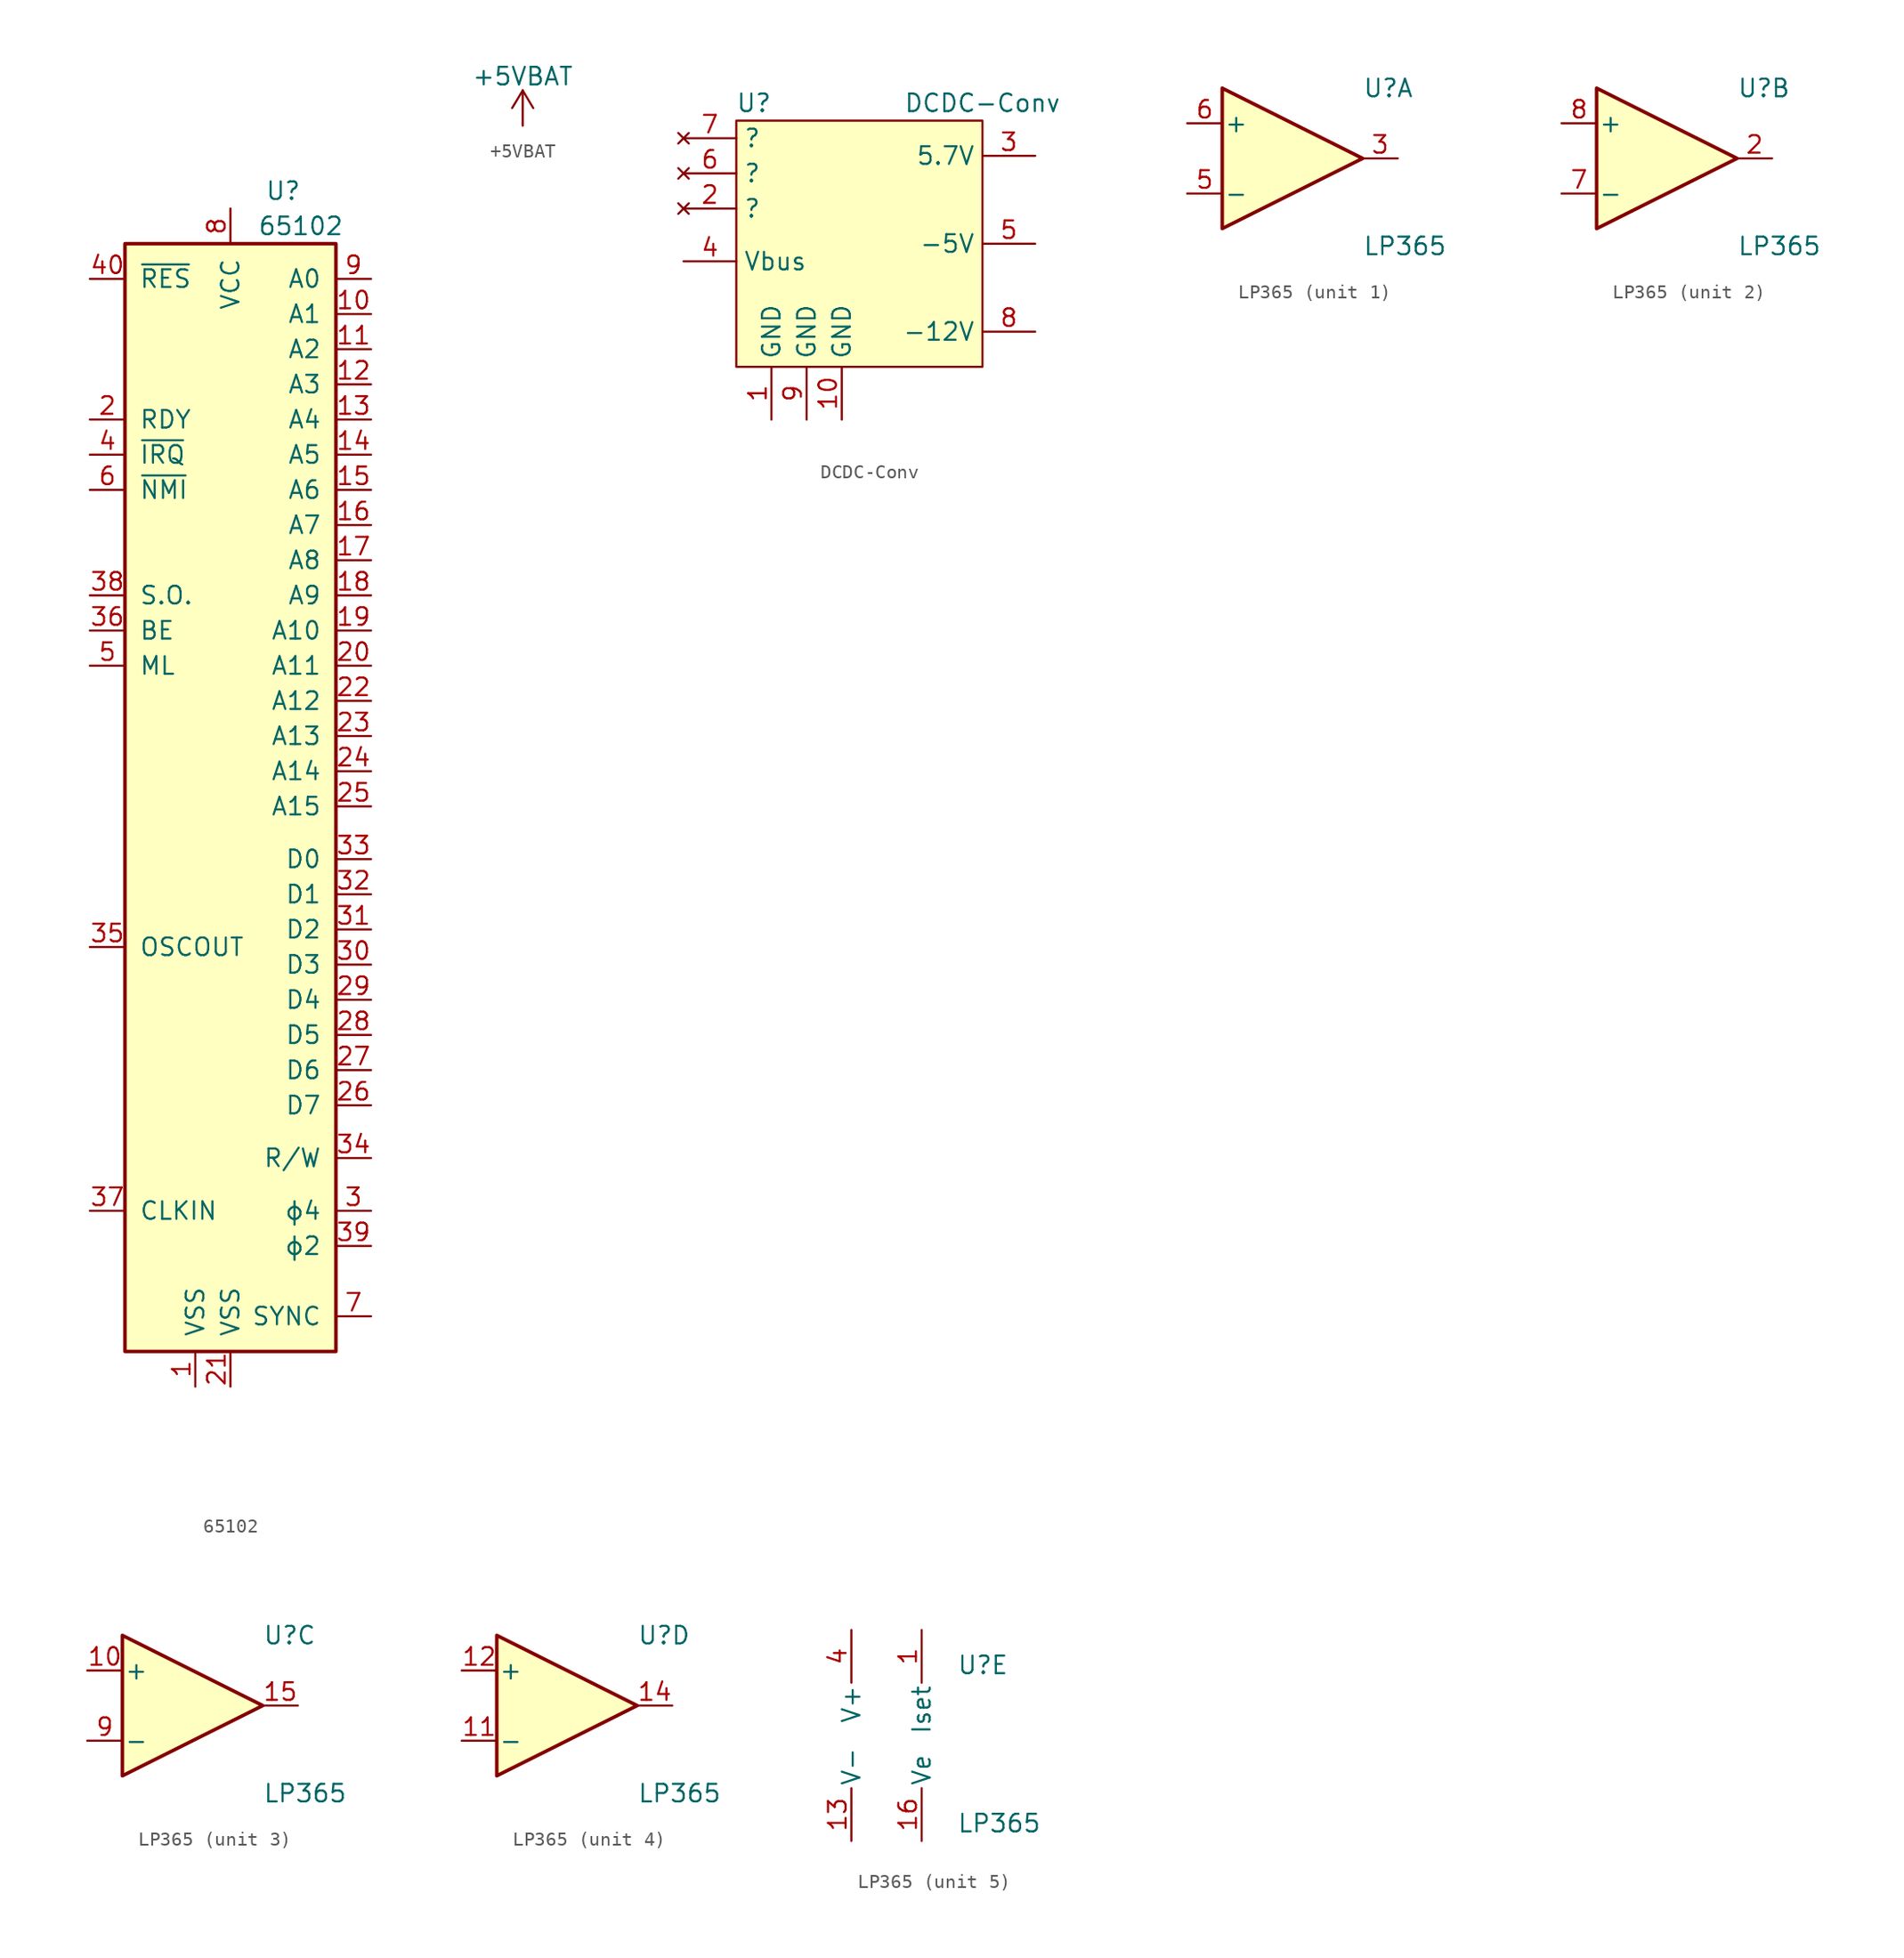
<source format=kicad_sym>
(kicad_symbol_lib
  (version 20211014)
  (generator kicad_symbol_editor)
  (symbol "65102"
    (pin_names
      (offset 1.016))
    (property "Reference" "U"
      (at 5.08 41.91 0)
      (effects (font (size 1.27 1.27))))
    (property "Value" "65102"
      (at 6.35 39.37 0)
      (effects (font (size 1.27 1.27))))
    (symbol "65102_0_1"
      (rectangle (start -6.35 38.1) (end 8.89 -41.91) (stroke (width 0.254) (type default) (color 0 0 0 0)) (fill (type background))))
    (symbol "65102_1_1"
      (pin power_in line (at -1.27 -44.45 90) (length 2.54) (name "VSS" (effects (font (size 1.27 1.27)))) (number "1" (effects (font (size 1.27 1.27)))))
      (pin output line (at 11.43 33.02 180) (length 2.54) (name "A1" (effects (font (size 1.27 1.27)))) (number "10" (effects (font (size 1.27 1.27)))))
      (pin output line (at 11.43 30.48 180) (length 2.54) (name "A2" (effects (font (size 1.27 1.27)))) (number "11" (effects (font (size 1.27 1.27)))))
      (pin output line (at 11.43 27.94 180) (length 2.54) (name "A3" (effects (font (size 1.27 1.27)))) (number "12" (effects (font (size 1.27 1.27)))))
      (pin output line (at 11.43 25.4 180) (length 2.54) (name "A4" (effects (font (size 1.27 1.27)))) (number "13" (effects (font (size 1.27 1.27)))))
      (pin output line (at 11.43 22.86 180) (length 2.54) (name "A5" (effects (font (size 1.27 1.27)))) (number "14" (effects (font (size 1.27 1.27)))))
      (pin output line (at 11.43 20.32 180) (length 2.54) (name "A6" (effects (font (size 1.27 1.27)))) (number "15" (effects (font (size 1.27 1.27)))))
      (pin output line (at 11.43 17.78 180) (length 2.54) (name "A7" (effects (font (size 1.27 1.27)))) (number "16" (effects (font (size 1.27 1.27)))))
      (pin output line (at 11.43 15.24 180) (length 2.54) (name "A8" (effects (font (size 1.27 1.27)))) (number "17" (effects (font (size 1.27 1.27)))))
      (pin output line (at 11.43 12.7 180) (length 2.54) (name "A9" (effects (font (size 1.27 1.27)))) (number "18" (effects (font (size 1.27 1.27)))))
      (pin output line (at 11.43 10.16 180) (length 2.54) (name "A10" (effects (font (size 1.27 1.27)))) (number "19" (effects (font (size 1.27 1.27)))))
      (pin input line (at -8.89 25.4 0) (length 2.54) (name "RDY" (effects (font (size 1.27 1.27)))) (number "2" (effects (font (size 1.27 1.27)))))
      (pin output line (at 11.43 7.62 180) (length 2.54) (name "A11" (effects (font (size 1.27 1.27)))) (number "20" (effects (font (size 1.27 1.27)))))
      (pin power_in line (at 1.27 -44.45 90) (length 2.54) (name "VSS" (effects (font (size 1.27 1.27)))) (number "21" (effects (font (size 1.27 1.27)))))
      (pin output line (at 11.43 5.08 180) (length 2.54) (name "A12" (effects (font (size 1.27 1.27)))) (number "22" (effects (font (size 1.27 1.27)))))
      (pin output line (at 11.43 2.54 180) (length 2.54) (name "A13" (effects (font (size 1.27 1.27)))) (number "23" (effects (font (size 1.27 1.27)))))
      (pin output line (at 11.43 0 180) (length 2.54) (name "A14" (effects (font (size 1.27 1.27)))) (number "24" (effects (font (size 1.27 1.27)))))
      (pin output line (at 11.43 -2.54 180) (length 2.54) (name "A15" (effects (font (size 1.27 1.27)))) (number "25" (effects (font (size 1.27 1.27)))))
      (pin bidirectional line (at 11.43 -24.13 180) (length 2.54) (name "D7" (effects (font (size 1.27 1.27)))) (number "26" (effects (font (size 1.27 1.27)))))
      (pin bidirectional line (at 11.43 -21.59 180) (length 2.54) (name "D6" (effects (font (size 1.27 1.27)))) (number "27" (effects (font (size 1.27 1.27)))))
      (pin bidirectional line (at 11.43 -19.05 180) (length 2.54) (name "D5" (effects (font (size 1.27 1.27)))) (number "28" (effects (font (size 1.27 1.27)))))
      (pin bidirectional line (at 11.43 -16.51 180) (length 2.54) (name "D4" (effects (font (size 1.27 1.27)))) (number "29" (effects (font (size 1.27 1.27)))))
      (pin output line (at 11.43 -31.75 180) (length 2.54) (name "ϕ4" (effects (font (size 1.27 1.27)))) (number "3" (effects (font (size 1.27 1.27)))))
      (pin bidirectional line (at 11.43 -13.97 180) (length 2.54) (name "D3" (effects (font (size 1.27 1.27)))) (number "30" (effects (font (size 1.27 1.27)))))
      (pin bidirectional line (at 11.43 -11.43 180) (length 2.54) (name "D2" (effects (font (size 1.27 1.27)))) (number "31" (effects (font (size 1.27 1.27)))))
      (pin bidirectional line (at 11.43 -8.89 180) (length 2.54) (name "D1" (effects (font (size 1.27 1.27)))) (number "32" (effects (font (size 1.27 1.27)))))
      (pin bidirectional line (at 11.43 -6.35 180) (length 2.54) (name "D0" (effects (font (size 1.27 1.27)))) (number "33" (effects (font (size 1.27 1.27)))))
      (pin output line (at 11.43 -27.94 180) (length 2.54) (name "R/W" (effects (font (size 1.27 1.27)))) (number "34" (effects (font (size 1.27 1.27)))))
      (pin input line (at -8.89 -12.7 0) (length 2.54) (name "OSCOUT" (effects (font (size 1.27 1.27)))) (number "35" (effects (font (size 1.27 1.27)))))
      (pin input line (at -8.89 10.16 0) (length 2.54) (name "BE" (effects (font (size 1.27 1.27)))) (number "36" (effects (font (size 1.27 1.27)))))
      (pin input line (at -8.89 -31.75 0) (length 2.54) (name "CLKIN" (effects (font (size 1.27 1.27)))) (number "37" (effects (font (size 1.27 1.27)))))
      (pin input line (at -8.89 12.7 0) (length 2.54) (name "S.O." (effects (font (size 1.27 1.27)))) (number "38" (effects (font (size 1.27 1.27)))))
      (pin output line (at 11.43 -34.29 180) (length 2.54) (name "ϕ2" (effects (font (size 1.27 1.27)))) (number "39" (effects (font (size 1.27 1.27)))))
      (pin input line (at -8.89 22.86 0) (length 2.54) (name "~{IRQ}" (effects (font (size 1.27 1.27)))) (number "4" (effects (font (size 1.27 1.27)))))
      (pin input line (at -8.89 35.56 0) (length 2.54) (name "~{RES}" (effects (font (size 1.27 1.27)))) (number "40" (effects (font (size 1.27 1.27)))))
      (pin input line (at -8.89 7.62 0) (length 2.54) (name "ML" (effects (font (size 1.27 1.27)))) (number "5" (effects (font (size 1.27 1.27)))))
      (pin input line (at -8.89 20.32 0) (length 2.54) (name "~{NMI}" (effects (font (size 1.27 1.27)))) (number "6" (effects (font (size 1.27 1.27)))))
      (pin output line (at 11.43 -39.37 180) (length 2.54) (name "SYNC" (effects (font (size 1.27 1.27)))) (number "7" (effects (font (size 1.27 1.27)))))
      (pin power_in line (at 1.27 40.64 270) (length 2.54) (name "VCC" (effects (font (size 1.27 1.27)))) (number "8" (effects (font (size 1.27 1.27)))))
      (pin output line (at 11.43 35.56 180) (length 2.54) (name "A0" (effects (font (size 1.27 1.27)))) (number "9" (effects (font (size 1.27 1.27)))))))
  (symbol "+5VBAT"
    (power)
    (pin_names
      (offset 0))
    (property "Reference" "#PWR"
      (at 0 -3.81 0)
      (effects (font (size 1.27 1.27)) hide))
    (property "Value" "+5VBAT"
      (at 0 3.556 0)
      (effects (font (size 1.27 1.27))))
    (symbol "+5VBAT_0_1"
      (polyline (pts (xy -0.762 1.27) (xy 0 2.54)) (stroke (width 0) (type default) (color 0 0 0 0)) (fill (type none)))
      (polyline (pts (xy 0 0) (xy 0 2.54)) (stroke (width 0) (type default) (color 0 0 0 0)) (fill (type none)))
      (polyline (pts (xy 0 2.54) (xy 0.762 1.27)) (stroke (width 0) (type default) (color 0 0 0 0)) (fill (type none))))
    (symbol "+5VBAT_1_1"
      (pin power_in line (at 0 0 90) (length 0) hide (name "+5VBAT" (effects (font (size 1.27 1.27)))) (number "1" (effects (font (size 1.27 1.27)))))))
  (symbol "DCDC-Conv"
    (property "Reference" "U"
      (at -7.62 8.89 0)
      (effects (font (size 1.27 1.27))))
    (property "Value" "DCDC-Conv"
      (at 8.89 8.89 0)
      (effects (font (size 1.27 1.27))))
    (symbol "DCDC-Conv_0_1"
      (rectangle (start -8.89 7.62) (end 8.89 -10.16) (stroke (width 0) (type default) (color 0 0 0 0)) (fill (type background))))
    (symbol "DCDC-Conv_1_1"
      (pin power_in line (at -6.35 -13.97 90) (length 3.81) (name "GND" (effects (font (size 1.27 1.27)))) (number "1" (effects (font (size 1.27 1.27)))))
      (pin power_in line (at -1.27 -13.97 90) (length 3.81) (name "GND" (effects (font (size 1.27 1.27)))) (number "10" (effects (font (size 1.27 1.27)))))
      (pin no_connect line (at -12.7 1.27 0) (length 3.81) (name "?" (effects (font (size 1.27 1.27)))) (number "2" (effects (font (size 1.27 1.27)))))
      (pin power_out line (at 12.7 5.08 180) (length 3.81) (name "5.7V" (effects (font (size 1.27 1.27)))) (number "3" (effects (font (size 1.27 1.27)))))
      (pin power_in line (at -12.7 -2.54 0) (length 3.81) (name "Vbus" (effects (font (size 1.27 1.27)))) (number "4" (effects (font (size 1.27 1.27)))))
      (pin power_out line (at 12.7 -1.27 180) (length 3.81) (name "-5V" (effects (font (size 1.27 1.27)))) (number "5" (effects (font (size 1.27 1.27)))))
      (pin no_connect line (at -12.7 3.81 0) (length 3.81) (name "?" (effects (font (size 1.27 1.27)))) (number "6" (effects (font (size 1.27 1.27)))))
      (pin no_connect line (at -12.7 6.35 0) (length 3.81) (name "?" (effects (font (size 1.27 1.27)))) (number "7" (effects (font (size 1.27 1.27)))))
      (pin power_out line (at 12.7 -7.62 180) (length 3.81) (name "-12V" (effects (font (size 1.27 1.27)))) (number "8" (effects (font (size 1.27 1.27)))))
      (pin power_in line (at -3.81 -13.97 90) (length 3.81) (name "GND" (effects (font (size 1.27 1.27)))) (number "9" (effects (font (size 1.27 1.27)))))))
  (symbol "LP365"
    (pin_names
      (offset 0.127))
    (property "Reference" "U"
      (at 5.08 5.08 0)
      (effects (font (size 1.27 1.27)) (justify left)))
    (property "Value" "LP365"
      (at 5.08 -6.35 0)
      (effects (font (size 1.27 1.27)) (justify left)))
    (property "ki_locked" ""
      (at 0 0 0)
      (effects (font (size 1.27 1.27))))
    (symbol "LP365_1_1"
      (polyline (pts (xy -5.08 5.08) (xy 5.08 0) (xy -5.08 -5.08) (xy -5.08 5.08)) (stroke (width 0.254) (type default) (color 0 0 0 0)) (fill (type background)))
      (pin open_collector line (at 7.62 0 180) (length 2.54) (name "~" (effects (font (size 1.27 1.27)))) (number "3" (effects (font (size 1.27 1.27)))))
      (pin input line (at -7.62 -2.54 0) (length 2.54) (name "-" (effects (font (size 1.27 1.27)))) (number "5" (effects (font (size 1.27 1.27)))))
      (pin input line (at -7.62 2.54 0) (length 2.54) (name "+" (effects (font (size 1.27 1.27)))) (number "6" (effects (font (size 1.27 1.27))))))
    (symbol "LP365_2_1"
      (polyline (pts (xy -5.08 5.08) (xy 5.08 0) (xy -5.08 -5.08) (xy -5.08 5.08)) (stroke (width 0.254) (type default) (color 0 0 0 0)) (fill (type background)))
      (pin open_collector line (at 7.62 0 180) (length 2.54) (name "~" (effects (font (size 1.27 1.27)))) (number "2" (effects (font (size 1.27 1.27)))))
      (pin input line (at -7.62 -2.54 0) (length 2.54) (name "-" (effects (font (size 1.27 1.27)))) (number "7" (effects (font (size 1.27 1.27)))))
      (pin input line (at -7.62 2.54 0) (length 2.54) (name "+" (effects (font (size 1.27 1.27)))) (number "8" (effects (font (size 1.27 1.27))))))
    (symbol "LP365_3_1"
      (polyline (pts (xy -5.08 5.08) (xy 5.08 0) (xy -5.08 -5.08) (xy -5.08 5.08)) (stroke (width 0.254) (type default) (color 0 0 0 0)) (fill (type background)))
      (pin input line (at -7.62 2.54 0) (length 2.54) (name "+" (effects (font (size 1.27 1.27)))) (number "10" (effects (font (size 1.27 1.27)))))
      (pin open_collector line (at 7.62 0 180) (length 2.54) (name "~" (effects (font (size 1.27 1.27)))) (number "15" (effects (font (size 1.27 1.27)))))
      (pin input line (at -7.62 -2.54 0) (length 2.54) (name "-" (effects (font (size 1.27 1.27)))) (number "9" (effects (font (size 1.27 1.27))))))
    (symbol "LP365_4_1"
      (polyline (pts (xy -5.08 5.08) (xy 5.08 0) (xy -5.08 -5.08) (xy -5.08 5.08)) (stroke (width 0.254) (type default) (color 0 0 0 0)) (fill (type background)))
      (pin input line (at -7.62 -2.54 0) (length 2.54) (name "-" (effects (font (size 1.27 1.27)))) (number "11" (effects (font (size 1.27 1.27)))))
      (pin input line (at -7.62 2.54 0) (length 2.54) (name "+" (effects (font (size 1.27 1.27)))) (number "12" (effects (font (size 1.27 1.27)))))
      (pin open_collector line (at 7.62 0 180) (length 2.54) (name "~" (effects (font (size 1.27 1.27)))) (number "14" (effects (font (size 1.27 1.27))))))
    (symbol "LP365_5_1"
      (pin input line (at 2.54 7.62 270) (length 3.81) (name "Iset" (effects (font (size 1.27 1.27)))) (number "1" (effects (font (size 1.27 1.27)))))
      (pin power_in line (at -2.54 -7.62 90) (length 3.81) (name "V-" (effects (font (size 1.27 1.27)))) (number "13" (effects (font (size 1.27 1.27)))))
      (pin input line (at 2.54 -7.62 90) (length 3.81) (name "Ve" (effects (font (size 1.27 1.27)))) (number "16" (effects (font (size 1.27 1.27)))))
      (pin power_in line (at -2.54 7.62 270) (length 3.81) (name "V+" (effects (font (size 1.27 1.27)))) (number "4" (effects (font (size 1.27 1.27))))))))
</source>
